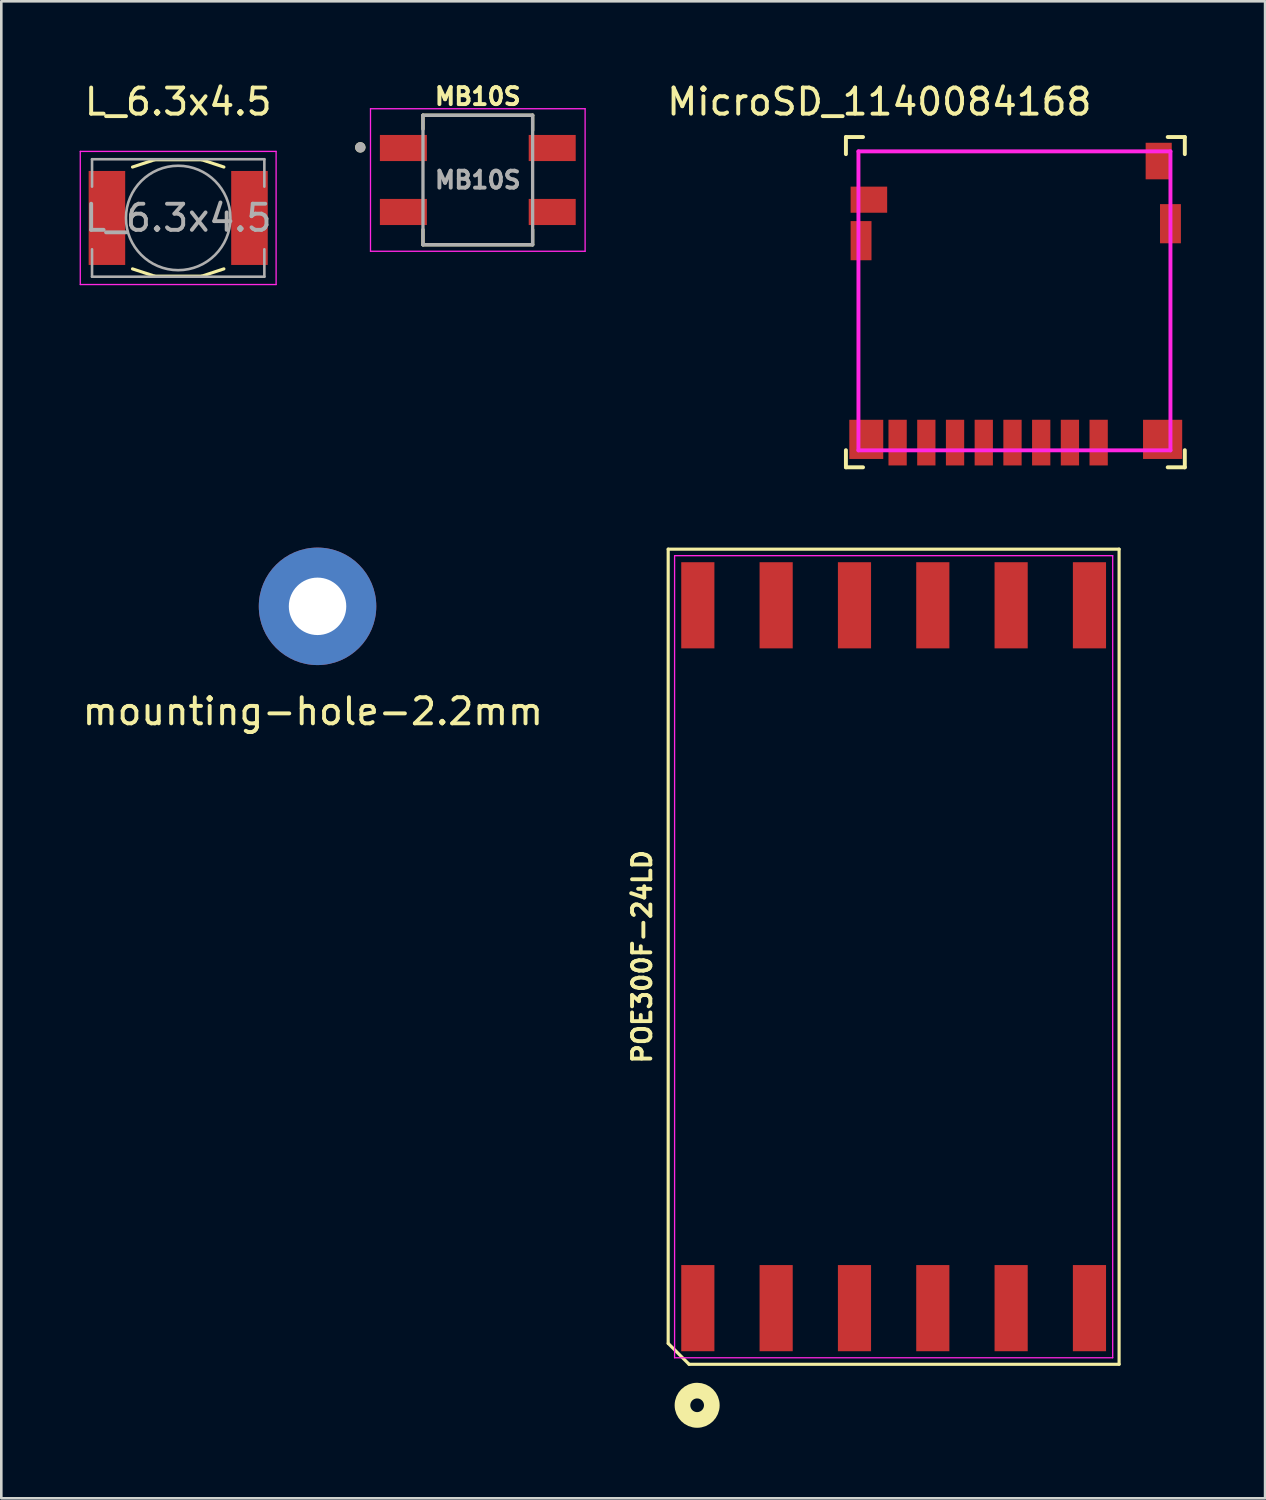
<source format=kicad_pcb>
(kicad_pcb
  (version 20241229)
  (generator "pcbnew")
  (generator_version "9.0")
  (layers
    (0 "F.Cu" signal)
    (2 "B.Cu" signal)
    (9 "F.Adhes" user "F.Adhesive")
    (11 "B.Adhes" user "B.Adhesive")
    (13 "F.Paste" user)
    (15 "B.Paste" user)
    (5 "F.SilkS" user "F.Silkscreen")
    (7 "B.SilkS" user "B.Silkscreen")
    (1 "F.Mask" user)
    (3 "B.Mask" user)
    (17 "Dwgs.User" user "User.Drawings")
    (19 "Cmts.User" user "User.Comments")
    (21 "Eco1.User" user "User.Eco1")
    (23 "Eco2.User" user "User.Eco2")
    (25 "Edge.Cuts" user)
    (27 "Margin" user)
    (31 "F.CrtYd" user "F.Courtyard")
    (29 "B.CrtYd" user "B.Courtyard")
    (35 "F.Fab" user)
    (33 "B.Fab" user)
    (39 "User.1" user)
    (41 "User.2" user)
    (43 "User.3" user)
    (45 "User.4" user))
  (footprint "MB10S"
    (layer "F.Cu")
    (at 15.25 3.844)
    (property "Reference" "MB10S" (at 0 -3.2 0) (layer "F.SilkS") (effects (font (size 0.65 0.65) (thickness 0.15))))
    (attr smd)
    (fp_line (start -2.1 -2.48) (end 2.1 -2.48) (stroke (width 0.127) (type solid)) (layer "F.SilkS"))
    (fp_line (start -2.1 -1.95) (end -2.1 -2.48) (stroke (width 0.127) (type solid)) (layer "F.SilkS"))
    (fp_line (start -2.1 1.9) (end -2.1 2.48) (stroke (width 0.127) (type solid)) (layer "F.SilkS"))
    (fp_line (start -2.1 2.48) (end 2.1 2.48) (stroke (width 0.127) (type solid)) (layer "F.SilkS"))
    (fp_line (start 2.1 -2.48) (end 2.1 -1.9) (stroke (width 0.127) (type solid)) (layer "F.SilkS"))
    (fp_line (start 2.1 2.48) (end 2.1 1.9) (stroke (width 0.127) (type solid)) (layer "F.SilkS"))
    (fp_circle (center -4.5 -1.25) (end -4.4 -1.25) (stroke (width 0.2) (type solid)) (fill no) (layer "F.SilkS"))
    (fp_line (start -4.11 -2.73) (end -4.11 2.73) (stroke (width 0.05) (type solid)) (layer "F.CrtYd"))
    (fp_line (start -4.11 2.73) (end 4.11 2.73) (stroke (width 0.05) (type solid)) (layer "F.CrtYd"))
    (fp_line (start 4.11 -2.73) (end -4.11 -2.73) (stroke (width 0.05) (type solid)) (layer "F.CrtYd"))
    (fp_line (start 4.11 2.73) (end 4.11 -2.73) (stroke (width 0.05) (type solid)) (layer "F.CrtYd"))
    (fp_line (start -2.1 -2.48) (end 2.1 -2.48) (stroke (width 0.127) (type solid)) (layer "F.Fab"))
    (fp_line (start -2.1 2.48) (end -2.1 -2.48) (stroke (width 0.127) (type solid)) (layer "F.Fab"))
    (fp_line (start 2.1 -2.48) (end 2.1 2.48) (stroke (width 0.127) (type solid)) (layer "F.Fab"))
    (fp_line (start 2.1 2.48) (end -2.1 2.48) (stroke (width 0.127) (type solid)) (layer "F.Fab"))
    (fp_circle (center -4.5 -1.25) (end -4.4 -1.25) (stroke (width 0.2) (type solid)) (fill no) (layer "F.Fab"))
    (fp_text user "${REFERENCE}" (at 0 0 0) (layer "F.Fab") (effects (font (size 0.65 0.65) (thickness 0.15))))
    (pad "1" smd rect (at -2.85 -1.225) (size 1.8 1) (layers "F.Cu" "F.Mask" "F.Paste"))
    (pad "2" smd rect (at -2.85 1.225) (size 1.8 1) (layers "F.Cu" "F.Mask" "F.Paste"))
    (pad "3" smd rect (at 2.85 1.225) (size 1.8 1) (layers "F.Cu" "F.Mask" "F.Paste"))
    (pad "4" smd rect (at 2.85 -1.225) (size 1.8 1) (layers "F.Cu" "F.Mask" "F.Paste")))
  (footprint "MicroSD_1140084168"
    (layer "F.Cu")
    (at 35.904 8.598)
    (property "Reference" "MicroSD_1140084168" (at -5.275 -7.75 0) (layer "F.SilkS") (effects (font (size 1 1) (thickness 0.15))))
    (attr smd)
    (fp_line (start -6.555 -6.4) (end -6.555 -5.745) (stroke (width 0.15) (type solid)) (layer "F.SilkS"))
    (fp_line (start -6.555 5.595) (end -6.555 6.25) (stroke (width 0.15) (type solid)) (layer "F.SilkS"))
    (fp_line (start -6.555 6.25) (end -5.9 6.25) (stroke (width 0.15) (type solid)) (layer "F.SilkS"))
    (fp_line (start -5.9 -6.4) (end -6.555 -6.4) (stroke (width 0.15) (type solid)) (layer "F.SilkS"))
    (fp_line (start 5.77 6.25) (end 6.425 6.25) (stroke (width 0.15) (type solid)) (layer "F.SilkS"))
    (fp_line (start 6.425 -6.4) (end 5.77 -6.4) (stroke (width 0.15) (type solid)) (layer "F.SilkS"))
    (fp_line (start 6.425 -5.745) (end 6.425 -6.4) (stroke (width 0.15) (type solid)) (layer "F.SilkS"))
    (fp_line (start 6.425 6.25) (end 6.425 5.595) (stroke (width 0.15) (type solid)) (layer "F.SilkS"))
    (fp_line (start -6.075 -5.85) (end 5.875 -5.85) (stroke (width 0.15) (type solid)) (layer "F.CrtYd"))
    (fp_line (start -6.075 5.6) (end -6.075 -5.85) (stroke (width 0.15) (type solid)) (layer "F.CrtYd"))
    (fp_line (start 5.875 -5.85) (end 5.875 5.6) (stroke (width 0.15) (type solid)) (layer "F.CrtYd"))
    (fp_line (start 5.875 5.6) (end -6.075 5.6) (stroke (width 0.15) (type solid)) (layer "F.CrtYd"))
    (pad "1" smd rect (at 3.125 5.304 180) (size 0.7 1.75) (layers "F.Cu" "F.Mask" "F.Paste"))
    (pad "2" smd rect (at 2.025 5.304 180) (size 0.7 1.75) (layers "F.Cu" "F.Mask" "F.Paste"))
    (pad "3" smd rect (at 0.925 5.304 180) (size 0.7 1.75) (layers "F.Cu" "F.Mask" "F.Paste"))
    (pad "4" smd rect (at -0.175 5.304 180) (size 0.7 1.75) (layers "F.Cu" "F.Mask" "F.Paste"))
    (pad "5" smd rect (at -1.275 5.304 180) (size 0.7 1.75) (layers "F.Cu" "F.Mask" "F.Paste"))
    (pad "6" smd rect (at -2.375 5.304 180) (size 0.7 1.75) (layers "F.Cu" "F.Mask" "F.Paste"))
    (pad "7" smd rect (at -3.475 5.304 180) (size 0.7 1.75) (layers "F.Cu" "F.Mask" "F.Paste"))
    (pad "8" smd rect (at -4.575 5.304 180) (size 0.7 1.75) (layers "F.Cu" "F.Mask" "F.Paste"))
    (pad "9" smd rect (at -5.675 -4) (size 1.4 1) (layers "F.Cu" "F.Mask" "F.Paste"))
    (pad "10" smd rect (at 5.425 -5.48 90) (size 1.4 1) (layers "F.Cu" "F.Mask" "F.Paste"))
    (pad "SH" smd rect (at -5.975 -2.43 90) (size 1.5 0.8) (layers "F.Cu" "F.Mask" "F.Paste"))
    (pad "SH" smd rect (at -5.775 5.18) (size 1.3 1.5) (layers "F.Cu" "F.Mask" "F.Paste"))
    (pad "SH" smd rect (at 5.575 5.18) (size 1.5 1.5) (layers "F.Cu" "F.Mask" "F.Paste"))
    (pad "SH" smd rect (at 5.875 -3.08 90) (size 1.5 0.8) (layers "F.Cu" "F.Mask" "F.Paste")))
  (footprint "mounting-hole-2.2mm"
    (layer "F.Cu")
    (at 9.112 20.173)
    (property "Reference" "mounting-hole-2.2mm" (at -0.178 4.026 0) (layer "F.SilkS") (effects (font (size 1 1) (thickness 0.15))))
    (attr exclude_from_pos_files exclude_from_bom)
    (pad "1" thru_hole circle (at 0 0) (size 4.5 4.5) (drill 2.2) (layers "*.Cu" "*.Mask")))
  (footprint "POE300F-24LD"
    (layer "F.Cu")
    (at 31.177 33.593)
    (property "Reference" "POE300F-24LD" (at -9.635 0 90) (layer "F.SilkS") (effects (font (size 0.7 0.7) (thickness 0.15))))
    (attr smd)
    (fp_line (start -8.635 -15.61) (end 8.635 -15.61) (stroke (width 0.12) (type solid)) (layer "F.SilkS"))
    (fp_line (start -8.635 14.81) (end -8.635 -15.61) (stroke (width 0.12) (type solid)) (layer "F.SilkS"))
    (fp_line (start -7.835 15.61) (end -8.635 14.81) (stroke (width 0.12) (type solid)) (layer "F.SilkS"))
    (fp_line (start 8.635 -15.61) (end 8.635 15.61) (stroke (width 0.12) (type solid)) (layer "F.SilkS"))
    (fp_line (start 8.635 15.61) (end -7.835 15.61) (stroke (width 0.12) (type solid)) (layer "F.SilkS"))
    (fp_circle (center -7.526 17.18) (end -7.264 17.18) (stroke (width 0.6) (type solid)) (fill no) (layer "F.SilkS"))
    (fp_line (start -8.39 -15.36) (end 8.39 -15.36) (stroke (width 0.05) (type solid)) (layer "F.CrtYd"))
    (fp_line (start -8.39 15.36) (end -8.39 -15.36) (stroke (width 0.05) (type solid)) (layer "F.CrtYd"))
    (fp_line (start 8.39 -15.36) (end 8.39 15.36) (stroke (width 0.05) (type solid)) (layer "F.CrtYd"))
    (fp_line (start 8.39 15.36) (end -8.39 15.36) (stroke (width 0.05) (type solid)) (layer "F.CrtYd"))
    (pad "1" smd rect (at -7.5 13.46) (size 1.27 3.3) (layers "F.Cu" "F.Mask" "F.Paste"))
    (pad "2" smd rect (at -4.5 13.46) (size 1.27 3.3) (layers "F.Cu" "F.Mask" "F.Paste"))
    (pad "3" smd rect (at -1.5 13.46) (size 1.27 3.3) (layers "F.Cu" "F.Mask" "F.Paste"))
    (pad "4" smd rect (at 1.5 13.46) (size 1.27 3.3) (layers "F.Cu" "F.Mask" "F.Paste"))
    (pad "5" smd rect (at 4.5 13.46) (size 1.27 3.3) (layers "F.Cu" "F.Mask" "F.Paste"))
    (pad "6" smd rect (at 7.5 13.46) (size 1.27 3.3) (layers "F.Cu" "F.Mask" "F.Paste"))
    (pad "7" smd rect (at 7.5 -13.46) (size 1.27 3.3) (layers "F.Cu" "F.Mask" "F.Paste"))
    (pad "8" smd rect (at 4.5 -13.46) (size 1.27 3.3) (layers "F.Cu" "F.Mask" "F.Paste"))
    (pad "9" smd rect (at 1.5 -13.46) (size 1.27 3.3) (layers "F.Cu" "F.Mask" "F.Paste"))
    (pad "10" smd rect (at -1.5 -13.46) (size 1.27 3.3) (layers "F.Cu" "F.Mask" "F.Paste"))
    (pad "11" smd rect (at -4.5 -13.46) (size 1.27 3.3) (layers "F.Cu" "F.Mask" "F.Paste"))
    (pad "12" smd rect (at -7.5 -13.46) (size 1.27 3.3) (layers "F.Cu" "F.Mask" "F.Paste")))
  (footprint "L_6.3x4.5"
    (layer "F.Cu")
    (at 3.775 5.298)
    (property "Reference" "L_6.3x4.5" (at 0 -4.45 0) (layer "F.SilkS") (effects (font (size 1 1) (thickness 0.15))))
    (attr smd)
    (fp_line (start -1.75 -1.95) (end -0.9 -2.23) (stroke (width 0.12) (type solid)) (layer "F.SilkS"))
    (fp_line (start -1.75 1.95) (end -0.9 2.23) (stroke (width 0.12) (type solid)) (layer "F.SilkS"))
    (fp_line (start -0.9 -2.23) (end 0.9 -2.23) (stroke (width 0.12) (type solid)) (layer "F.SilkS"))
    (fp_line (start 0.9 2.23) (end -0.9 2.23) (stroke (width 0.12) (type solid)) (layer "F.SilkS"))
    (fp_line (start 1.75 -1.95) (end 0.9 -2.23) (stroke (width 0.12) (type solid)) (layer "F.SilkS"))
    (fp_line (start 1.75 1.95) (end 0.9 2.23) (stroke (width 0.12) (type solid)) (layer "F.SilkS"))
    (fp_line (start -3.75 -2.55) (end -3.75 2.55) (stroke (width 0.05) (type solid)) (layer "F.CrtYd"))
    (fp_line (start -3.75 2.55) (end 3.75 2.55) (stroke (width 0.05) (type solid)) (layer "F.CrtYd"))
    (fp_line (start 3.75 -2.55) (end -3.75 -2.55) (stroke (width 0.05) (type solid)) (layer "F.CrtYd"))
    (fp_line (start 3.75 2.55) (end 3.75 -2.55) (stroke (width 0.05) (type solid)) (layer "F.CrtYd"))
    (fp_line (start -3.3 -2.25) (end -3.3 -1.2) (stroke (width 0.1) (type solid)) (layer "F.Fab"))
    (fp_line (start -3.3 -2.25) (end 3.3 -2.25) (stroke (width 0.1) (type solid)) (layer "F.Fab"))
    (fp_line (start -3.3 2.25) (end -3.3 1.2) (stroke (width 0.1) (type solid)) (layer "F.Fab"))
    (fp_line (start 3.3 -2.25) (end 3.3 -1.2) (stroke (width 0.1) (type solid)) (layer "F.Fab"))
    (fp_line (start 3.3 2.25) (end -3.3 2.25) (stroke (width 0.1) (type solid)) (layer "F.Fab"))
    (fp_line (start 3.3 2.25) (end 3.3 1.2) (stroke (width 0.1) (type solid)) (layer "F.Fab"))
    (fp_circle (center 0 0) (end 2 0) (stroke (width 0.1) (type solid)) (fill no) (layer "F.Fab"))
    (fp_text user "${REFERENCE}" (at 0 0 0) (layer "F.Fab") (effects (font (size 1 1) (thickness 0.15))))
    (pad "1" smd rect (at -2.73 0) (size 1.4 3.6) (layers "F.Cu" "F.Mask" "F.Paste"))
    (pad "2" smd rect (at 2.73 0) (size 1.4 3.6) (layers "F.Cu" "F.Mask" "F.Paste")))
  (gr_rect
    (start -3 -3)
    (end 45.404 54.336)
    (stroke (width 0.1) (type default))
    (fill no)
    (layer "Edge.Cuts")))
</source>
